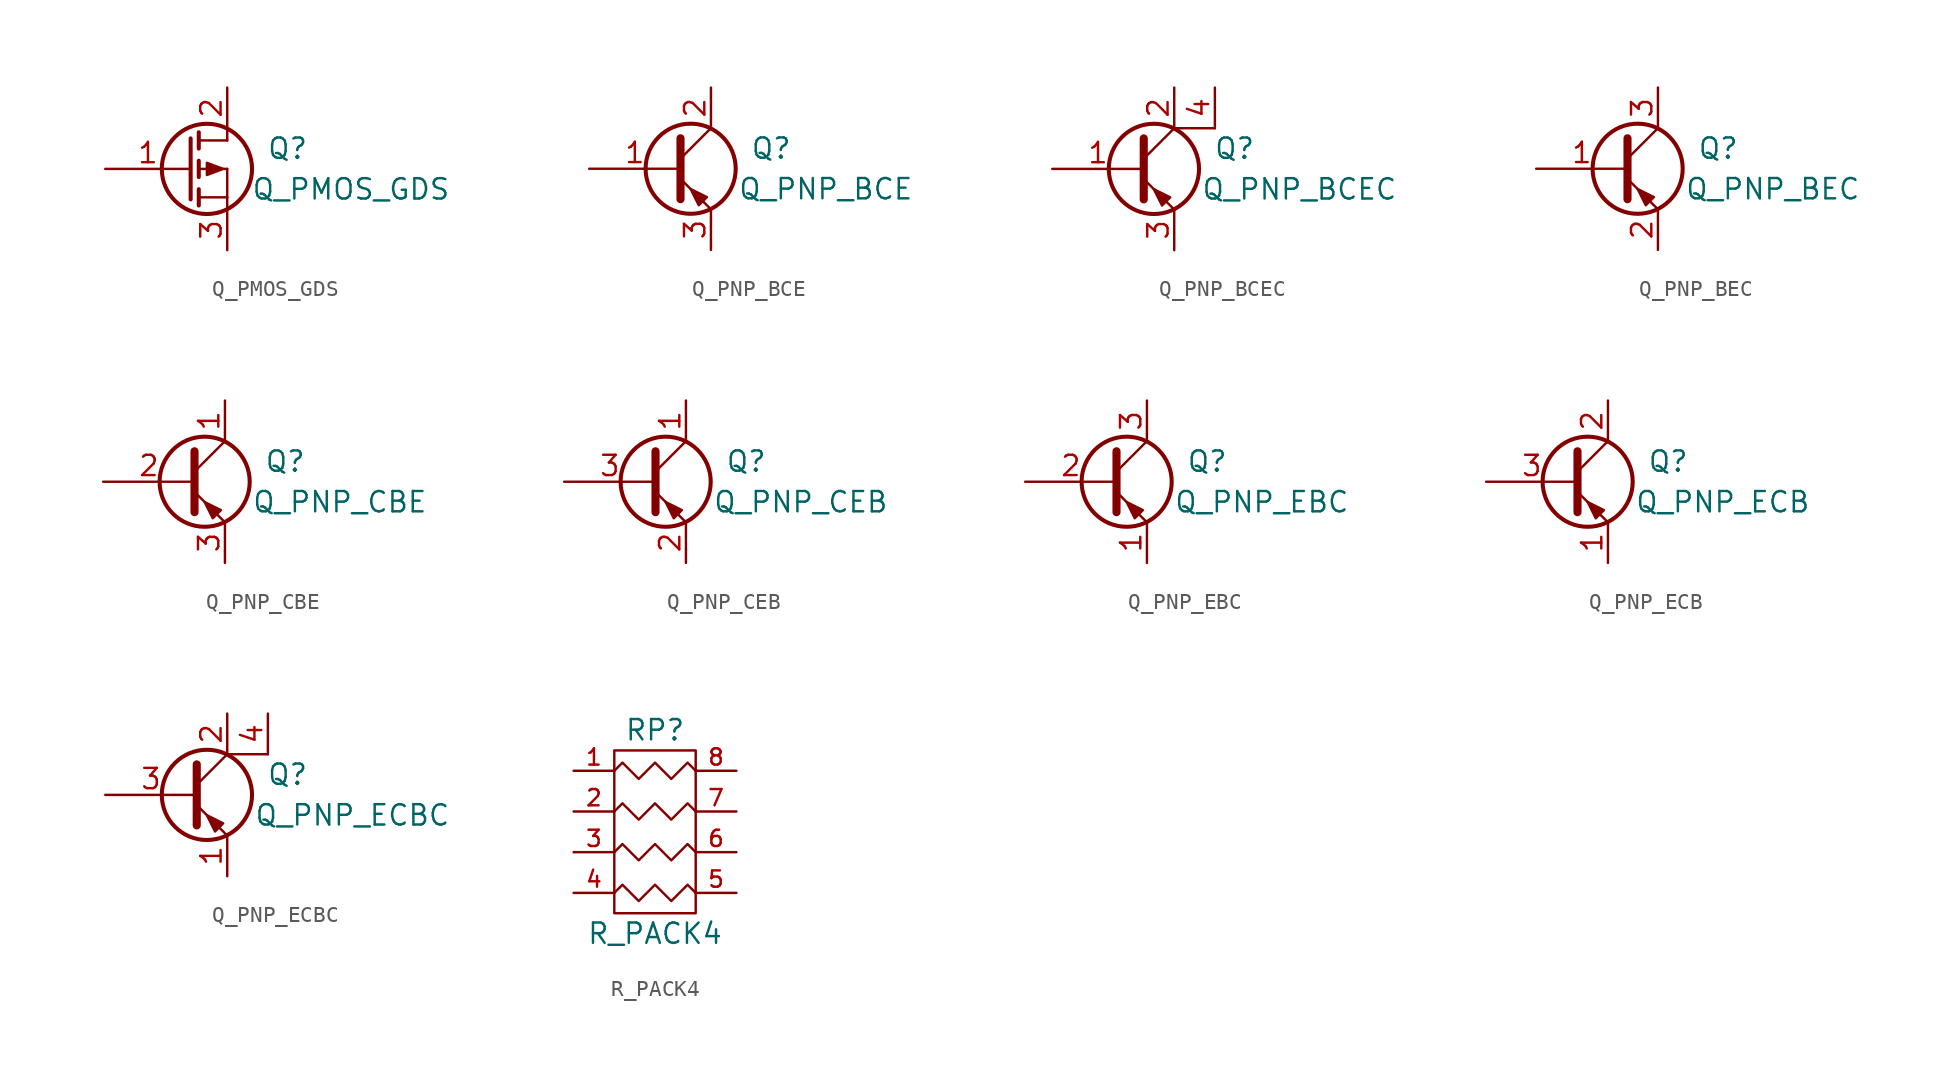
<source format=kicad_sym>
(kicad_symbol_lib
  (version 20211014)
  (generator kicad_symbol_editor)
  (symbol "Q_PMOS_GDS"
    (pin_names
      (offset 0) hide)
    (property "Reference" "Q"
      (at 7.62 1.27 0)
      (effects (font (size 1.27 1.27)) (justify right)))
    (property "Value" "Q_PMOS_GDS"
      (at 16.51 -1.27 0)
      (effects (font (size 1.27 1.27)) (justify right)))
    (property "Footprint" ""
      (at 5.08 2.54 0)
      (effects (font (size 1.27 1.27))))
    (property "Datasheet" ""
      (at 0 0 0)
      (effects (font (size 1.27 1.27))))
    (symbol "Q_PMOS_GDS_0_1"
      (polyline (pts (xy 0.762 -1.778) (xy 2.54 -1.778)) (stroke (width 0) (type default) (color 0 0 0 0)) (fill (type none)))
      (polyline (pts (xy 0.762 -1.27) (xy 0.762 -2.286)) (stroke (width 0.254) (type default) (color 0 0 0 0)) (fill (type none)))
      (polyline (pts (xy 0.762 0) (xy 2.54 0)) (stroke (width 0) (type default) (color 0 0 0 0)) (fill (type none)))
      (polyline (pts (xy 0.762 0.508) (xy 0.762 -0.508)) (stroke (width 0.254) (type default) (color 0 0 0 0)) (fill (type none)))
      (polyline (pts (xy 0.762 1.778) (xy 2.54 1.778)) (stroke (width 0) (type default) (color 0 0 0 0)) (fill (type none)))
      (polyline (pts (xy 0.762 2.286) (xy 0.762 1.27)) (stroke (width 0.254) (type default) (color 0 0 0 0)) (fill (type none)))
      (polyline (pts (xy 2.54 -1.778) (xy 2.54 -2.54)) (stroke (width 0) (type default) (color 0 0 0 0)) (fill (type none)))
      (polyline (pts (xy 2.54 -1.778) (xy 2.54 0)) (stroke (width 0) (type default) (color 0 0 0 0)) (fill (type none)))
      (polyline (pts (xy 2.54 2.54) (xy 2.54 1.778)) (stroke (width 0) (type default) (color 0 0 0 0)) (fill (type none)))
      (polyline (pts (xy 0.254 1.905) (xy 0.254 -1.905) (xy 0.254 -1.905)) (stroke (width 0.254) (type default) (color 0 0 0 0)) (fill (type none)))
      (polyline (pts (xy 2.286 0) (xy 1.27 -0.381) (xy 1.27 0.381) (xy 2.286 0)) (stroke (width 0) (type default) (color 0 0 0 0)) (fill (type outline)))
      (circle (center 1.27 0) (radius 2.819) (stroke (width 0.254) (type default) (color 0 0 0 0)) (fill (type none))))
    (symbol "Q_PMOS_GDS_1_1"
      (pin input line (at -5.08 0 0) (length 5.334) (name "G" (effects (font (size 1.27 1.27)))) (number "1" (effects (font (size 1.27 1.27)))))
      (pin passive line (at 2.54 5.08 270) (length 2.54) (name "D" (effects (font (size 1.27 1.27)))) (number "2" (effects (font (size 1.27 1.27)))))
      (pin passive line (at 2.54 -5.08 90) (length 2.54) (name "S" (effects (font (size 1.27 1.27)))) (number "3" (effects (font (size 1.27 1.27)))))))
  (symbol "Q_PNP_BCE"
    (pin_names
      (offset 0) hide)
    (property "Reference" "Q"
      (at 7.62 1.27 0)
      (effects (font (size 1.27 1.27)) (justify right)))
    (property "Value" "Q_PNP_BCE"
      (at 15.24 -1.27 0)
      (effects (font (size 1.27 1.27)) (justify right)))
    (property "Footprint" ""
      (at 5.08 2.54 0)
      (effects (font (size 1.27 1.27))))
    (property "Datasheet" ""
      (at 0 0 0)
      (effects (font (size 1.27 1.27))))
    (symbol "Q_PNP_BCE_0_1"
      (polyline (pts (xy 0.635 0.635) (xy 2.54 2.54)) (stroke (width 0) (type default) (color 0 0 0 0)) (fill (type none)))
      (polyline (pts (xy 0.635 -0.635) (xy 2.54 -2.54) (xy 2.54 -2.54)) (stroke (width 0) (type default) (color 0 0 0 0)) (fill (type none)))
      (polyline (pts (xy 0.635 1.905) (xy 0.635 -1.905) (xy 0.635 -1.905)) (stroke (width 0.508) (type default) (color 0 0 0 0)) (fill (type none)))
      (polyline (pts (xy 2.286 -1.778) (xy 1.778 -2.286) (xy 1.27 -1.27) (xy 2.286 -1.778) (xy 2.286 -1.778)) (stroke (width 0) (type default) (color 0 0 0 0)) (fill (type outline)))
      (circle (center 1.27 0) (radius 2.819) (stroke (width 0.254) (type default) (color 0 0 0 0)) (fill (type none))))
    (symbol "Q_PNP_BCE_1_1"
      (pin input line (at -5.08 0 0) (length 5.715) (name "B" (effects (font (size 1.27 1.27)))) (number "1" (effects (font (size 1.27 1.27)))))
      (pin passive line (at 2.54 5.08 270) (length 2.54) (name "C" (effects (font (size 1.27 1.27)))) (number "2" (effects (font (size 1.27 1.27)))))
      (pin passive line (at 2.54 -5.08 90) (length 2.54) (name "E" (effects (font (size 1.27 1.27)))) (number "3" (effects (font (size 1.27 1.27)))))))
  (symbol "Q_PNP_BCEC"
    (pin_names
      (offset 0) hide)
    (property "Reference" "Q"
      (at 7.62 1.27 0)
      (effects (font (size 1.27 1.27)) (justify right)))
    (property "Value" "Q_PNP_BCEC"
      (at 16.51 -1.27 0)
      (effects (font (size 1.27 1.27)) (justify right)))
    (property "Footprint" ""
      (at 5.08 2.54 0)
      (effects (font (size 1.27 1.27))))
    (property "Datasheet" ""
      (at 0 0 0)
      (effects (font (size 1.27 1.27))))
    (symbol "Q_PNP_BCEC_0_1"
      (polyline (pts (xy 0.635 0.635) (xy 2.54 2.54)) (stroke (width 0) (type default) (color 0 0 0 0)) (fill (type none)))
      (polyline (pts (xy 5.08 2.54) (xy 2.54 2.54)) (stroke (width 0) (type default) (color 0 0 0 0)) (fill (type none)))
      (polyline (pts (xy 0.635 -0.635) (xy 2.54 -2.54) (xy 2.54 -2.54)) (stroke (width 0) (type default) (color 0 0 0 0)) (fill (type none)))
      (polyline (pts (xy 0.635 1.905) (xy 0.635 -1.905) (xy 0.635 -1.905)) (stroke (width 0.508) (type default) (color 0 0 0 0)) (fill (type none)))
      (polyline (pts (xy 2.286 -1.778) (xy 1.778 -2.286) (xy 1.27 -1.27) (xy 2.286 -1.778) (xy 2.286 -1.778)) (stroke (width 0) (type default) (color 0 0 0 0)) (fill (type outline)))
      (circle (center 1.27 0) (radius 2.819) (stroke (width 0.254) (type default) (color 0 0 0 0)) (fill (type none))))
    (symbol "Q_PNP_BCEC_1_1"
      (pin input line (at -5.08 0 0) (length 5.715) (name "B" (effects (font (size 1.27 1.27)))) (number "1" (effects (font (size 1.27 1.27)))))
      (pin passive line (at 2.54 5.08 270) (length 2.54) (name "C" (effects (font (size 1.27 1.27)))) (number "2" (effects (font (size 1.27 1.27)))))
      (pin passive line (at 2.54 -5.08 90) (length 2.54) (name "E" (effects (font (size 1.27 1.27)))) (number "3" (effects (font (size 1.27 1.27)))))
      (pin passive line (at 5.08 5.08 270) (length 2.54) (name "C" (effects (font (size 1.27 1.27)))) (number "4" (effects (font (size 1.27 1.27)))))))
  (symbol "Q_PNP_BEC"
    (pin_names
      (offset 0) hide)
    (property "Reference" "Q"
      (at 7.62 1.27 0)
      (effects (font (size 1.27 1.27)) (justify right)))
    (property "Value" "Q_PNP_BEC"
      (at 15.24 -1.27 0)
      (effects (font (size 1.27 1.27)) (justify right)))
    (property "Footprint" ""
      (at 5.08 2.54 0)
      (effects (font (size 1.27 1.27))))
    (property "Datasheet" ""
      (at 0 0 0)
      (effects (font (size 1.27 1.27))))
    (symbol "Q_PNP_BEC_0_1"
      (polyline (pts (xy 0.635 0.635) (xy 2.54 2.54)) (stroke (width 0) (type default) (color 0 0 0 0)) (fill (type none)))
      (polyline (pts (xy 0.635 -0.635) (xy 2.54 -2.54) (xy 2.54 -2.54)) (stroke (width 0) (type default) (color 0 0 0 0)) (fill (type none)))
      (polyline (pts (xy 0.635 1.905) (xy 0.635 -1.905) (xy 0.635 -1.905)) (stroke (width 0.508) (type default) (color 0 0 0 0)) (fill (type none)))
      (polyline (pts (xy 2.286 -1.778) (xy 1.778 -2.286) (xy 1.27 -1.27) (xy 2.286 -1.778) (xy 2.286 -1.778)) (stroke (width 0) (type default) (color 0 0 0 0)) (fill (type outline)))
      (circle (center 1.27 0) (radius 2.819) (stroke (width 0.254) (type default) (color 0 0 0 0)) (fill (type none))))
    (symbol "Q_PNP_BEC_1_1"
      (pin input line (at -5.08 0 0) (length 5.715) (name "B" (effects (font (size 1.27 1.27)))) (number "1" (effects (font (size 1.27 1.27)))))
      (pin passive line (at 2.54 -5.08 90) (length 2.54) (name "E" (effects (font (size 1.27 1.27)))) (number "2" (effects (font (size 1.27 1.27)))))
      (pin passive line (at 2.54 5.08 270) (length 2.54) (name "C" (effects (font (size 1.27 1.27)))) (number "3" (effects (font (size 1.27 1.27)))))))
  (symbol "Q_PNP_CBE"
    (pin_names
      (offset 0) hide)
    (property "Reference" "Q"
      (at 7.62 1.27 0)
      (effects (font (size 1.27 1.27)) (justify right)))
    (property "Value" "Q_PNP_CBE"
      (at 15.24 -1.27 0)
      (effects (font (size 1.27 1.27)) (justify right)))
    (property "Footprint" ""
      (at 5.08 2.54 0)
      (effects (font (size 1.27 1.27))))
    (property "Datasheet" ""
      (at 0 0 0)
      (effects (font (size 1.27 1.27))))
    (symbol "Q_PNP_CBE_0_1"
      (polyline (pts (xy 0.635 0.635) (xy 2.54 2.54)) (stroke (width 0) (type default) (color 0 0 0 0)) (fill (type none)))
      (polyline (pts (xy 0.635 -0.635) (xy 2.54 -2.54) (xy 2.54 -2.54)) (stroke (width 0) (type default) (color 0 0 0 0)) (fill (type none)))
      (polyline (pts (xy 0.635 1.905) (xy 0.635 -1.905) (xy 0.635 -1.905)) (stroke (width 0.508) (type default) (color 0 0 0 0)) (fill (type none)))
      (polyline (pts (xy 2.286 -1.778) (xy 1.778 -2.286) (xy 1.27 -1.27) (xy 2.286 -1.778) (xy 2.286 -1.778)) (stroke (width 0) (type default) (color 0 0 0 0)) (fill (type outline)))
      (circle (center 1.27 0) (radius 2.819) (stroke (width 0.254) (type default) (color 0 0 0 0)) (fill (type none))))
    (symbol "Q_PNP_CBE_1_1"
      (pin passive line (at 2.54 5.08 270) (length 2.54) (name "C" (effects (font (size 1.27 1.27)))) (number "1" (effects (font (size 1.27 1.27)))))
      (pin input line (at -5.08 0 0) (length 5.715) (name "B" (effects (font (size 1.27 1.27)))) (number "2" (effects (font (size 1.27 1.27)))))
      (pin passive line (at 2.54 -5.08 90) (length 2.54) (name "E" (effects (font (size 1.27 1.27)))) (number "3" (effects (font (size 1.27 1.27)))))))
  (symbol "Q_PNP_CEB"
    (pin_names
      (offset 0) hide)
    (property "Reference" "Q"
      (at 7.62 1.27 0)
      (effects (font (size 1.27 1.27)) (justify right)))
    (property "Value" "Q_PNP_CEB"
      (at 15.24 -1.27 0)
      (effects (font (size 1.27 1.27)) (justify right)))
    (property "Footprint" ""
      (at 5.08 2.54 0)
      (effects (font (size 1.27 1.27))))
    (property "Datasheet" ""
      (at 0 0 0)
      (effects (font (size 1.27 1.27))))
    (symbol "Q_PNP_CEB_0_1"
      (polyline (pts (xy 0.635 0.635) (xy 2.54 2.54)) (stroke (width 0) (type default) (color 0 0 0 0)) (fill (type none)))
      (polyline (pts (xy 0.635 -0.635) (xy 2.54 -2.54) (xy 2.54 -2.54)) (stroke (width 0) (type default) (color 0 0 0 0)) (fill (type none)))
      (polyline (pts (xy 0.635 1.905) (xy 0.635 -1.905) (xy 0.635 -1.905)) (stroke (width 0.508) (type default) (color 0 0 0 0)) (fill (type none)))
      (polyline (pts (xy 2.286 -1.778) (xy 1.778 -2.286) (xy 1.27 -1.27) (xy 2.286 -1.778) (xy 2.286 -1.778)) (stroke (width 0) (type default) (color 0 0 0 0)) (fill (type outline)))
      (circle (center 1.27 0) (radius 2.819) (stroke (width 0.254) (type default) (color 0 0 0 0)) (fill (type none))))
    (symbol "Q_PNP_CEB_1_1"
      (pin passive line (at 2.54 5.08 270) (length 2.54) (name "C" (effects (font (size 1.27 1.27)))) (number "1" (effects (font (size 1.27 1.27)))))
      (pin passive line (at 2.54 -5.08 90) (length 2.54) (name "E" (effects (font (size 1.27 1.27)))) (number "2" (effects (font (size 1.27 1.27)))))
      (pin input line (at -5.08 0 0) (length 5.715) (name "B" (effects (font (size 1.27 1.27)))) (number "3" (effects (font (size 1.27 1.27)))))))
  (symbol "Q_PNP_EBC"
    (pin_names
      (offset 0) hide)
    (property "Reference" "Q"
      (at 7.62 1.27 0)
      (effects (font (size 1.27 1.27)) (justify right)))
    (property "Value" "Q_PNP_EBC"
      (at 15.24 -1.27 0)
      (effects (font (size 1.27 1.27)) (justify right)))
    (property "Footprint" ""
      (at 5.08 2.54 0)
      (effects (font (size 1.27 1.27))))
    (property "Datasheet" ""
      (at 0 0 0)
      (effects (font (size 1.27 1.27))))
    (symbol "Q_PNP_EBC_0_1"
      (polyline (pts (xy 0.635 0.635) (xy 2.54 2.54)) (stroke (width 0) (type default) (color 0 0 0 0)) (fill (type none)))
      (polyline (pts (xy 0.635 -0.635) (xy 2.54 -2.54) (xy 2.54 -2.54)) (stroke (width 0) (type default) (color 0 0 0 0)) (fill (type none)))
      (polyline (pts (xy 0.635 1.905) (xy 0.635 -1.905) (xy 0.635 -1.905)) (stroke (width 0.508) (type default) (color 0 0 0 0)) (fill (type none)))
      (polyline (pts (xy 2.286 -1.778) (xy 1.778 -2.286) (xy 1.27 -1.27) (xy 2.286 -1.778) (xy 2.286 -1.778)) (stroke (width 0) (type default) (color 0 0 0 0)) (fill (type outline)))
      (circle (center 1.27 0) (radius 2.819) (stroke (width 0.254) (type default) (color 0 0 0 0)) (fill (type none))))
    (symbol "Q_PNP_EBC_1_1"
      (pin passive line (at 2.54 -5.08 90) (length 2.54) (name "E" (effects (font (size 1.27 1.27)))) (number "1" (effects (font (size 1.27 1.27)))))
      (pin input line (at -5.08 0 0) (length 5.715) (name "B" (effects (font (size 1.27 1.27)))) (number "2" (effects (font (size 1.27 1.27)))))
      (pin passive line (at 2.54 5.08 270) (length 2.54) (name "C" (effects (font (size 1.27 1.27)))) (number "3" (effects (font (size 1.27 1.27)))))))
  (symbol "Q_PNP_ECB"
    (pin_names
      (offset 0) hide)
    (property "Reference" "Q"
      (at 7.62 1.27 0)
      (effects (font (size 1.27 1.27)) (justify right)))
    (property "Value" "Q_PNP_ECB"
      (at 15.24 -1.27 0)
      (effects (font (size 1.27 1.27)) (justify right)))
    (property "Footprint" ""
      (at 5.08 2.54 0)
      (effects (font (size 1.27 1.27))))
    (property "Datasheet" ""
      (at 0 0 0)
      (effects (font (size 1.27 1.27))))
    (symbol "Q_PNP_ECB_0_1"
      (polyline (pts (xy 0.635 0.635) (xy 2.54 2.54)) (stroke (width 0) (type default) (color 0 0 0 0)) (fill (type none)))
      (polyline (pts (xy 0.635 -0.635) (xy 2.54 -2.54) (xy 2.54 -2.54)) (stroke (width 0) (type default) (color 0 0 0 0)) (fill (type none)))
      (polyline (pts (xy 0.635 1.905) (xy 0.635 -1.905) (xy 0.635 -1.905)) (stroke (width 0.508) (type default) (color 0 0 0 0)) (fill (type none)))
      (polyline (pts (xy 2.286 -1.778) (xy 1.778 -2.286) (xy 1.27 -1.27) (xy 2.286 -1.778) (xy 2.286 -1.778)) (stroke (width 0) (type default) (color 0 0 0 0)) (fill (type outline)))
      (circle (center 1.27 0) (radius 2.819) (stroke (width 0.254) (type default) (color 0 0 0 0)) (fill (type none))))
    (symbol "Q_PNP_ECB_1_1"
      (pin passive line (at 2.54 -5.08 90) (length 2.54) (name "E" (effects (font (size 1.27 1.27)))) (number "1" (effects (font (size 1.27 1.27)))))
      (pin passive line (at 2.54 5.08 270) (length 2.54) (name "C" (effects (font (size 1.27 1.27)))) (number "2" (effects (font (size 1.27 1.27)))))
      (pin input line (at -5.08 0 0) (length 5.715) (name "B" (effects (font (size 1.27 1.27)))) (number "3" (effects (font (size 1.27 1.27)))))))
  (symbol "Q_PNP_ECBC"
    (pin_names
      (offset 0) hide)
    (property "Reference" "Q"
      (at 7.62 1.27 0)
      (effects (font (size 1.27 1.27)) (justify right)))
    (property "Value" "Q_PNP_ECBC"
      (at 16.51 -1.27 0)
      (effects (font (size 1.27 1.27)) (justify right)))
    (property "Footprint" ""
      (at 5.08 2.54 0)
      (effects (font (size 1.27 1.27))))
    (property "Datasheet" ""
      (at 0 0 0)
      (effects (font (size 1.27 1.27))))
    (symbol "Q_PNP_ECBC_0_1"
      (polyline (pts (xy 0.635 0.635) (xy 2.54 2.54)) (stroke (width 0) (type default) (color 0 0 0 0)) (fill (type none)))
      (polyline (pts (xy 5.08 2.54) (xy 2.54 2.54)) (stroke (width 0) (type default) (color 0 0 0 0)) (fill (type none)))
      (polyline (pts (xy 0.635 -0.635) (xy 2.54 -2.54) (xy 2.54 -2.54)) (stroke (width 0) (type default) (color 0 0 0 0)) (fill (type none)))
      (polyline (pts (xy 0.635 1.905) (xy 0.635 -1.905) (xy 0.635 -1.905)) (stroke (width 0.508) (type default) (color 0 0 0 0)) (fill (type none)))
      (polyline (pts (xy 2.286 -1.778) (xy 1.778 -2.286) (xy 1.27 -1.27) (xy 2.286 -1.778) (xy 2.286 -1.778)) (stroke (width 0) (type default) (color 0 0 0 0)) (fill (type outline)))
      (circle (center 1.27 0) (radius 2.819) (stroke (width 0.254) (type default) (color 0 0 0 0)) (fill (type none))))
    (symbol "Q_PNP_ECBC_1_1"
      (pin passive line (at 2.54 -5.08 90) (length 2.54) (name "E" (effects (font (size 1.27 1.27)))) (number "1" (effects (font (size 1.27 1.27)))))
      (pin passive line (at 2.54 5.08 270) (length 2.54) (name "C" (effects (font (size 1.27 1.27)))) (number "2" (effects (font (size 1.27 1.27)))))
      (pin input line (at -5.08 0 0) (length 5.715) (name "B" (effects (font (size 1.27 1.27)))) (number "3" (effects (font (size 1.27 1.27)))))
      (pin passive line (at 5.08 5.08 270) (length 2.54) (name "C" (effects (font (size 1.27 1.27)))) (number "4" (effects (font (size 1.27 1.27)))))))
  (symbol "R_PACK4"
    (pin_names hide)
    (property "Reference" "RP"
      (at 0 11.43 0)
      (effects (font (size 1.27 1.27))))
    (property "Value" "R_PACK4"
      (at 0 -1.27 0)
      (effects (font (size 1.27 1.27))))
    (property "Footprint" ""
      (at 0 0 0)
      (effects (font (size 1.27 1.27))))
    (property "Datasheet" ""
      (at 0 0 0)
      (effects (font (size 1.27 1.27))))
    (symbol "R_PACK4_0_1"
      (polyline (pts (xy -2.54 10.16) (xy -2.54 0) (xy 2.54 0) (xy 2.54 10.16) (xy -2.54 10.16)) (stroke (width 0) (type default) (color 0 0 0 0)) (fill (type none)))
      (polyline (pts (xy -2.54 1.27) (xy -2.032 1.778) (xy -1.016 0.762) (xy 0 1.778) (xy 1.016 0.762) (xy 2.032 1.778) (xy 2.54 1.27)) (stroke (width 0) (type default) (color 0 0 0 0)) (fill (type none)))
      (polyline (pts (xy -2.54 3.81) (xy -2.032 4.318) (xy -1.016 3.302) (xy 0 4.318) (xy 1.016 3.302) (xy 2.032 4.318) (xy 2.54 3.81)) (stroke (width 0) (type default) (color 0 0 0 0)) (fill (type none)))
      (polyline (pts (xy -2.54 6.35) (xy -2.032 6.858) (xy -1.016 5.842) (xy 0 6.858) (xy 1.016 5.842) (xy 2.032 6.858) (xy 2.54 6.35)) (stroke (width 0) (type default) (color 0 0 0 0)) (fill (type none)))
      (polyline (pts (xy -2.54 8.89) (xy -2.032 9.398) (xy -1.016 8.382) (xy 0 9.398) (xy 1.016 8.382) (xy 2.032 9.398) (xy 2.54 8.89)) (stroke (width 0) (type default) (color 0 0 0 0)) (fill (type none))))
    (symbol "R_PACK4_1_1"
      (pin passive line (at -5.08 8.89 0) (length 2.54) (name "P1" (effects (font (size 1.016 1.016)))) (number "1" (effects (font (size 1.016 1.016)))))
      (pin passive line (at -5.08 6.35 0) (length 2.54) (name "P2" (effects (font (size 1.016 1.016)))) (number "2" (effects (font (size 1.016 1.016)))))
      (pin passive line (at -5.08 3.81 0) (length 2.54) (name "P3" (effects (font (size 1.016 1.016)))) (number "3" (effects (font (size 1.016 1.016)))))
      (pin passive line (at -5.08 1.27 0) (length 2.54) (name "P4" (effects (font (size 1.016 1.016)))) (number "4" (effects (font (size 1.016 1.016)))))
      (pin passive line (at 5.08 1.27 180) (length 2.54) (name "R4" (effects (font (size 1.016 1.016)))) (number "5" (effects (font (size 1.016 1.016)))))
      (pin passive line (at 5.08 3.81 180) (length 2.54) (name "R3" (effects (font (size 1.016 1.016)))) (number "6" (effects (font (size 1.016 1.016)))))
      (pin passive line (at 5.08 6.35 180) (length 2.54) (name "R2" (effects (font (size 1.016 1.016)))) (number "7" (effects (font (size 1.016 1.016)))))
      (pin passive line (at 5.08 8.89 180) (length 2.54) (name "R1" (effects (font (size 1.016 1.016)))) (number "8" (effects (font (size 1.016 1.016))))))))
</source>
